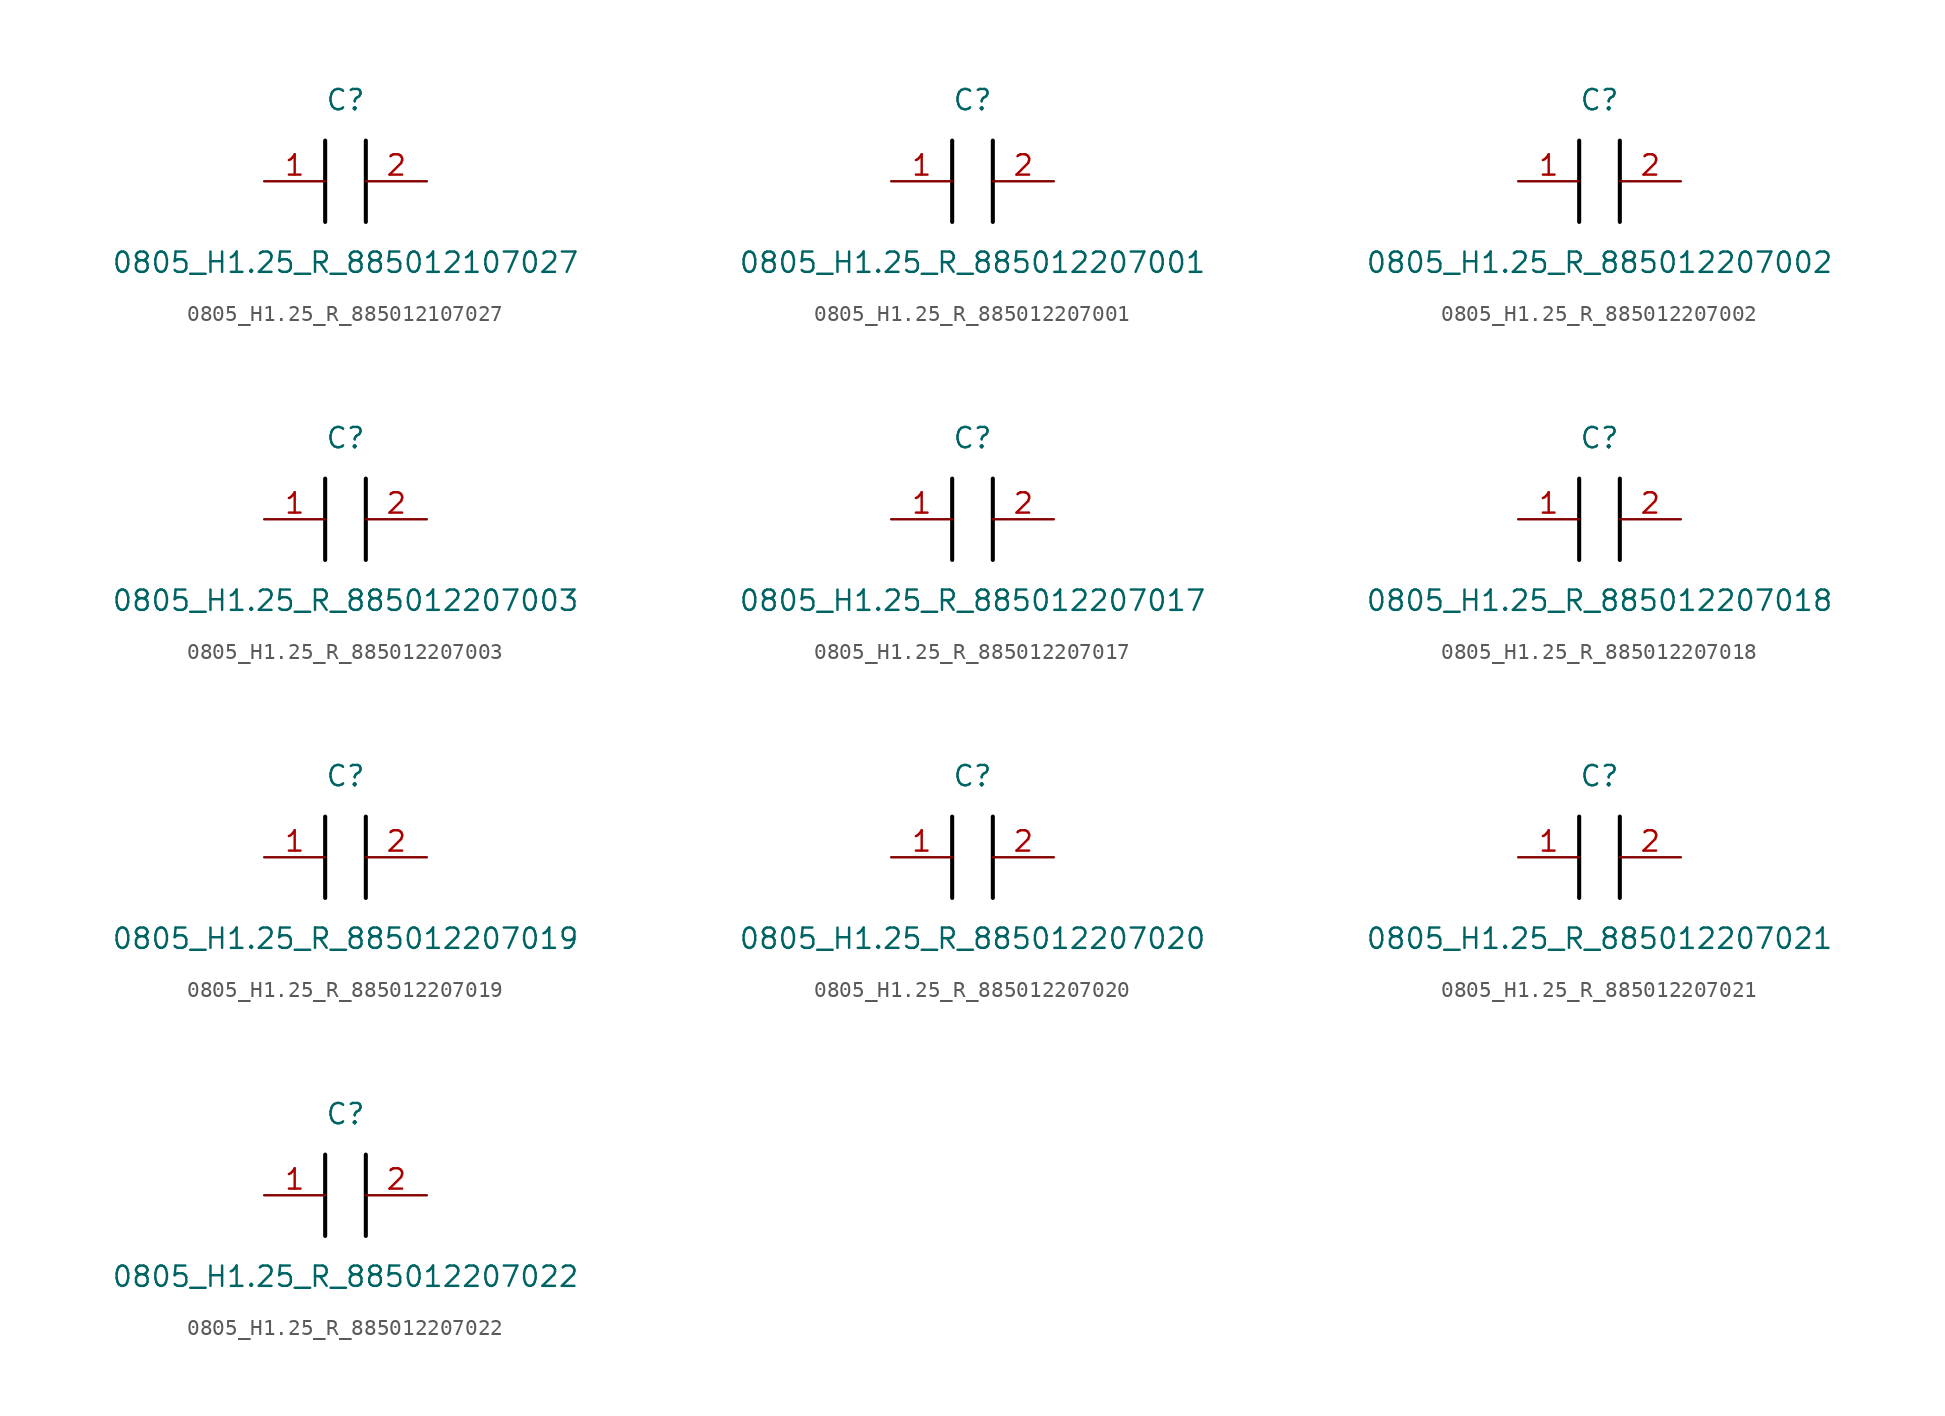
<source format=kicad_sym>
(kicad_symbol_lib
  (version 20220914)
  (generator kicad_symbol_editor)
  (symbol "0805_H1.25_R_885012107027"
    (pin_names hide)
    (property "Reference" "C"
      (at 0 5.08 0)
      (effects (font (size 1.27 1.27))))
    (property "Value" "0805_H1.25_R_885012107027"
      (at 0 -5.08 0)
      (effects (font (size 1.27 1.27))))
    (symbol "0805_H1.25_R_885012107027_1_1"
      (polyline (pts (xy -1.27 2.54) (xy -1.27 -2.54)) (stroke (width 0.254) (type default) (color 0 0 0 1)) (fill (type none)))
      (polyline (pts (xy 1.27 2.54) (xy 1.27 -2.54)) (stroke (width 0.254) (type default) (color 0 0 0 1)) (fill (type none)))
      (pin passive line (at -5.08 0 0) (length 3.81) (name "1" (effects (font (size 1.27 1.27)))) (number "1" (effects (font (size 1.27 1.27)))))
      (pin passive line (at 5.08 0 180) (length 3.81) (name "2" (effects (font (size 1.27 1.27)))) (number "2" (effects (font (size 1.27 1.27)))))))
  (symbol "0805_H1.25_R_885012207001"
    (pin_names hide)
    (property "Reference" "C"
      (at 0 5.08 0)
      (effects (font (size 1.27 1.27))))
    (property "Value" "0805_H1.25_R_885012207001"
      (at 0 -5.08 0)
      (effects (font (size 1.27 1.27))))
    (symbol "0805_H1.25_R_885012207001_1_1"
      (polyline (pts (xy -1.27 2.54) (xy -1.27 -2.54)) (stroke (width 0.254) (type default) (color 0 0 0 1)) (fill (type none)))
      (polyline (pts (xy 1.27 2.54) (xy 1.27 -2.54)) (stroke (width 0.254) (type default) (color 0 0 0 1)) (fill (type none)))
      (pin passive line (at -5.08 0 0) (length 3.81) (name "1" (effects (font (size 1.27 1.27)))) (number "1" (effects (font (size 1.27 1.27)))))
      (pin passive line (at 5.08 0 180) (length 3.81) (name "2" (effects (font (size 1.27 1.27)))) (number "2" (effects (font (size 1.27 1.27)))))))
  (symbol "0805_H1.25_R_885012207002"
    (pin_names hide)
    (property "Reference" "C"
      (at 0 5.08 0)
      (effects (font (size 1.27 1.27))))
    (property "Value" "0805_H1.25_R_885012207002"
      (at 0 -5.08 0)
      (effects (font (size 1.27 1.27))))
    (symbol "0805_H1.25_R_885012207002_1_1"
      (polyline (pts (xy -1.27 2.54) (xy -1.27 -2.54)) (stroke (width 0.254) (type default) (color 0 0 0 1)) (fill (type none)))
      (polyline (pts (xy 1.27 2.54) (xy 1.27 -2.54)) (stroke (width 0.254) (type default) (color 0 0 0 1)) (fill (type none)))
      (pin passive line (at -5.08 0 0) (length 3.81) (name "1" (effects (font (size 1.27 1.27)))) (number "1" (effects (font (size 1.27 1.27)))))
      (pin passive line (at 5.08 0 180) (length 3.81) (name "2" (effects (font (size 1.27 1.27)))) (number "2" (effects (font (size 1.27 1.27)))))))
  (symbol "0805_H1.25_R_885012207003"
    (pin_names hide)
    (property "Reference" "C"
      (at 0 5.08 0)
      (effects (font (size 1.27 1.27))))
    (property "Value" "0805_H1.25_R_885012207003"
      (at 0 -5.08 0)
      (effects (font (size 1.27 1.27))))
    (symbol "0805_H1.25_R_885012207003_1_1"
      (polyline (pts (xy -1.27 2.54) (xy -1.27 -2.54)) (stroke (width 0.254) (type default) (color 0 0 0 1)) (fill (type none)))
      (polyline (pts (xy 1.27 2.54) (xy 1.27 -2.54)) (stroke (width 0.254) (type default) (color 0 0 0 1)) (fill (type none)))
      (pin passive line (at -5.08 0 0) (length 3.81) (name "1" (effects (font (size 1.27 1.27)))) (number "1" (effects (font (size 1.27 1.27)))))
      (pin passive line (at 5.08 0 180) (length 3.81) (name "2" (effects (font (size 1.27 1.27)))) (number "2" (effects (font (size 1.27 1.27)))))))
  (symbol "0805_H1.25_R_885012207017"
    (pin_names hide)
    (property "Reference" "C"
      (at 0 5.08 0)
      (effects (font (size 1.27 1.27))))
    (property "Value" "0805_H1.25_R_885012207017"
      (at 0 -5.08 0)
      (effects (font (size 1.27 1.27))))
    (symbol "0805_H1.25_R_885012207017_1_1"
      (polyline (pts (xy -1.27 2.54) (xy -1.27 -2.54)) (stroke (width 0.254) (type default) (color 0 0 0 1)) (fill (type none)))
      (polyline (pts (xy 1.27 2.54) (xy 1.27 -2.54)) (stroke (width 0.254) (type default) (color 0 0 0 1)) (fill (type none)))
      (pin passive line (at -5.08 0 0) (length 3.81) (name "1" (effects (font (size 1.27 1.27)))) (number "1" (effects (font (size 1.27 1.27)))))
      (pin passive line (at 5.08 0 180) (length 3.81) (name "2" (effects (font (size 1.27 1.27)))) (number "2" (effects (font (size 1.27 1.27)))))))
  (symbol "0805_H1.25_R_885012207018"
    (pin_names hide)
    (property "Reference" "C"
      (at 0 5.08 0)
      (effects (font (size 1.27 1.27))))
    (property "Value" "0805_H1.25_R_885012207018"
      (at 0 -5.08 0)
      (effects (font (size 1.27 1.27))))
    (symbol "0805_H1.25_R_885012207018_1_1"
      (polyline (pts (xy -1.27 2.54) (xy -1.27 -2.54)) (stroke (width 0.254) (type default) (color 0 0 0 1)) (fill (type none)))
      (polyline (pts (xy 1.27 2.54) (xy 1.27 -2.54)) (stroke (width 0.254) (type default) (color 0 0 0 1)) (fill (type none)))
      (pin passive line (at -5.08 0 0) (length 3.81) (name "1" (effects (font (size 1.27 1.27)))) (number "1" (effects (font (size 1.27 1.27)))))
      (pin passive line (at 5.08 0 180) (length 3.81) (name "2" (effects (font (size 1.27 1.27)))) (number "2" (effects (font (size 1.27 1.27)))))))
  (symbol "0805_H1.25_R_885012207019"
    (pin_names hide)
    (property "Reference" "C"
      (at 0 5.08 0)
      (effects (font (size 1.27 1.27))))
    (property "Value" "0805_H1.25_R_885012207019"
      (at 0 -5.08 0)
      (effects (font (size 1.27 1.27))))
    (symbol "0805_H1.25_R_885012207019_1_1"
      (polyline (pts (xy -1.27 2.54) (xy -1.27 -2.54)) (stroke (width 0.254) (type default) (color 0 0 0 1)) (fill (type none)))
      (polyline (pts (xy 1.27 2.54) (xy 1.27 -2.54)) (stroke (width 0.254) (type default) (color 0 0 0 1)) (fill (type none)))
      (pin passive line (at -5.08 0 0) (length 3.81) (name "1" (effects (font (size 1.27 1.27)))) (number "1" (effects (font (size 1.27 1.27)))))
      (pin passive line (at 5.08 0 180) (length 3.81) (name "2" (effects (font (size 1.27 1.27)))) (number "2" (effects (font (size 1.27 1.27)))))))
  (symbol "0805_H1.25_R_885012207020"
    (pin_names hide)
    (property "Reference" "C"
      (at 0 5.08 0)
      (effects (font (size 1.27 1.27))))
    (property "Value" "0805_H1.25_R_885012207020"
      (at 0 -5.08 0)
      (effects (font (size 1.27 1.27))))
    (symbol "0805_H1.25_R_885012207020_1_1"
      (polyline (pts (xy -1.27 2.54) (xy -1.27 -2.54)) (stroke (width 0.254) (type default) (color 0 0 0 1)) (fill (type none)))
      (polyline (pts (xy 1.27 2.54) (xy 1.27 -2.54)) (stroke (width 0.254) (type default) (color 0 0 0 1)) (fill (type none)))
      (pin passive line (at -5.08 0 0) (length 3.81) (name "1" (effects (font (size 1.27 1.27)))) (number "1" (effects (font (size 1.27 1.27)))))
      (pin passive line (at 5.08 0 180) (length 3.81) (name "2" (effects (font (size 1.27 1.27)))) (number "2" (effects (font (size 1.27 1.27)))))))
  (symbol "0805_H1.25_R_885012207021"
    (pin_names hide)
    (property "Reference" "C"
      (at 0 5.08 0)
      (effects (font (size 1.27 1.27))))
    (property "Value" "0805_H1.25_R_885012207021"
      (at 0 -5.08 0)
      (effects (font (size 1.27 1.27))))
    (symbol "0805_H1.25_R_885012207021_1_1"
      (polyline (pts (xy -1.27 2.54) (xy -1.27 -2.54)) (stroke (width 0.254) (type default) (color 0 0 0 1)) (fill (type none)))
      (polyline (pts (xy 1.27 2.54) (xy 1.27 -2.54)) (stroke (width 0.254) (type default) (color 0 0 0 1)) (fill (type none)))
      (pin passive line (at -5.08 0 0) (length 3.81) (name "1" (effects (font (size 1.27 1.27)))) (number "1" (effects (font (size 1.27 1.27)))))
      (pin passive line (at 5.08 0 180) (length 3.81) (name "2" (effects (font (size 1.27 1.27)))) (number "2" (effects (font (size 1.27 1.27)))))))
  (symbol "0805_H1.25_R_885012207022"
    (pin_names hide)
    (property "Reference" "C"
      (at 0 5.08 0)
      (effects (font (size 1.27 1.27))))
    (property "Value" "0805_H1.25_R_885012207022"
      (at 0 -5.08 0)
      (effects (font (size 1.27 1.27))))
    (symbol "0805_H1.25_R_885012207022_1_1"
      (polyline (pts (xy -1.27 2.54) (xy -1.27 -2.54)) (stroke (width 0.254) (type default) (color 0 0 0 1)) (fill (type none)))
      (polyline (pts (xy 1.27 2.54) (xy 1.27 -2.54)) (stroke (width 0.254) (type default) (color 0 0 0 1)) (fill (type none)))
      (pin passive line (at -5.08 0 0) (length 3.81) (name "1" (effects (font (size 1.27 1.27)))) (number "1" (effects (font (size 1.27 1.27)))))
      (pin passive line (at 5.08 0 180) (length 3.81) (name "2" (effects (font (size 1.27 1.27)))) (number "2" (effects (font (size 1.27 1.27))))))))
</source>
